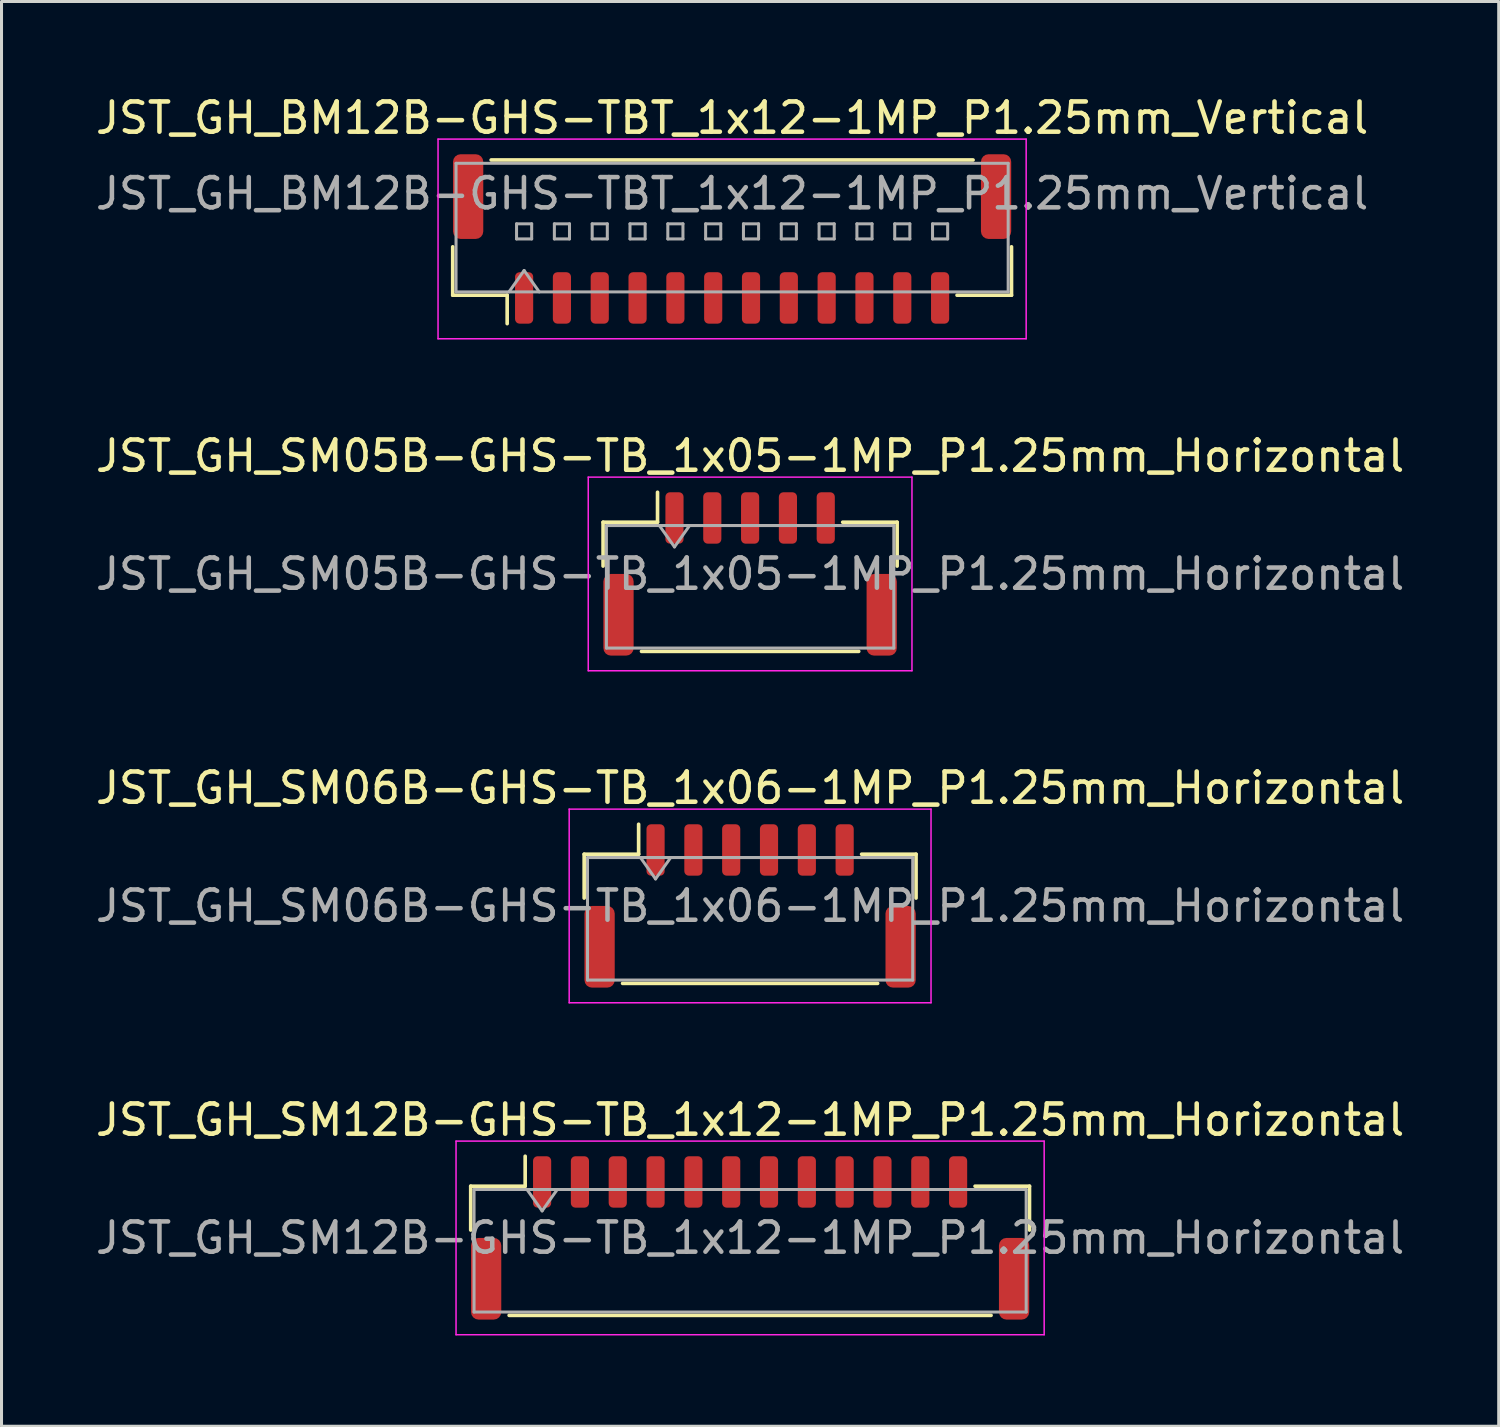
<source format=kicad_pcb>
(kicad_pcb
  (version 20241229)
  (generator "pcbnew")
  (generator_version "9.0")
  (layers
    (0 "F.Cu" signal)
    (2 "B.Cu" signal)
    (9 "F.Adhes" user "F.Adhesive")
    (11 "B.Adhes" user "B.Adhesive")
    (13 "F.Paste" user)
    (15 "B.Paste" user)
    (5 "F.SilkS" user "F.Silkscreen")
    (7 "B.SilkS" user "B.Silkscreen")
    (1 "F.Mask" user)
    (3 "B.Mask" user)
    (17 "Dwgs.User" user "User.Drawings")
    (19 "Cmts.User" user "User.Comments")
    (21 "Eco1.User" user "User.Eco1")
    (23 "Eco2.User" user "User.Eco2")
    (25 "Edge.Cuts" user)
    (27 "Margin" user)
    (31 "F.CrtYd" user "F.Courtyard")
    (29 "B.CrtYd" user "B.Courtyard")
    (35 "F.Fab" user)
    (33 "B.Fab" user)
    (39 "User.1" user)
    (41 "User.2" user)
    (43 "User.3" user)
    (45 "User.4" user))
  (footprint "JST_GH_SM05B-GHS-TB_1x05-1MP_P1.25mm_Horizontal"
    (layer "F.Cu")
    (at 21.744 15.921)
    (property "Reference" "JST_GH_SM05B-GHS-TB_1x05-1MP_P1.25mm_Horizontal" (at 0 -3.9 0) (layer "F.SilkS") (effects (font (size 1 1) (thickness 0.15))))
    (attr smd)
    (fp_line (start -4.86 -1.71) (end -3.06 -1.71) (stroke (width 0.12) (type solid)) (layer "F.SilkS"))
    (fp_line (start -4.86 -0.26) (end -4.86 -1.71) (stroke (width 0.12) (type solid)) (layer "F.SilkS"))
    (fp_line (start -3.59 2.56) (end 3.59 2.56) (stroke (width 0.12) (type solid)) (layer "F.SilkS"))
    (fp_line (start -3.06 -1.71) (end -3.06 -2.7) (stroke (width 0.12) (type solid)) (layer "F.SilkS"))
    (fp_line (start 4.86 -1.71) (end 3.06 -1.71) (stroke (width 0.12) (type solid)) (layer "F.SilkS"))
    (fp_line (start 4.86 -0.26) (end 4.86 -1.71) (stroke (width 0.12) (type solid)) (layer "F.SilkS"))
    (fp_line (start -5.35 -3.2) (end -5.35 3.2) (stroke (width 0.05) (type solid)) (layer "F.CrtYd"))
    (fp_line (start -5.35 3.2) (end 5.35 3.2) (stroke (width 0.05) (type solid)) (layer "F.CrtYd"))
    (fp_line (start 5.35 -3.2) (end -5.35 -3.2) (stroke (width 0.05) (type solid)) (layer "F.CrtYd"))
    (fp_line (start 5.35 3.2) (end 5.35 -3.2) (stroke (width 0.05) (type solid)) (layer "F.CrtYd"))
    (fp_line (start -4.75 -1.6) (end -4.75 2.45) (stroke (width 0.1) (type solid)) (layer "F.Fab"))
    (fp_line (start -4.75 -1.6) (end 4.75 -1.6) (stroke (width 0.1) (type solid)) (layer "F.Fab"))
    (fp_line (start -4.75 2.45) (end 4.75 2.45) (stroke (width 0.1) (type solid)) (layer "F.Fab"))
    (fp_line (start -3 -1.6) (end -2.5 -0.893) (stroke (width 0.1) (type solid)) (layer "F.Fab"))
    (fp_line (start -2.5 -0.893) (end -2 -1.6) (stroke (width 0.1) (type solid)) (layer "F.Fab"))
    (fp_line (start 4.75 -1.6) (end 4.75 2.45) (stroke (width 0.1) (type solid)) (layer "F.Fab"))
    (fp_text user "${REFERENCE}" (at 0 0 0) (layer "F.Fab") (effects (font (size 1 1) (thickness 0.15))))
    (pad "1" smd roundrect (at -2.5 -1.85) (size 0.6 1.7) (layers "F.Cu" "F.Mask" "F.Paste") (roundrect_rratio 0.25))
    (pad "2" smd roundrect (at -1.25 -1.85) (size 0.6 1.7) (layers "F.Cu" "F.Mask" "F.Paste") (roundrect_rratio 0.25))
    (pad "3" smd roundrect (at 0 -1.85) (size 0.6 1.7) (layers "F.Cu" "F.Mask" "F.Paste") (roundrect_rratio 0.25))
    (pad "4" smd roundrect (at 1.25 -1.85) (size 0.6 1.7) (layers "F.Cu" "F.Mask" "F.Paste") (roundrect_rratio 0.25))
    (pad "5" smd roundrect (at 2.5 -1.85) (size 0.6 1.7) (layers "F.Cu" "F.Mask" "F.Paste") (roundrect_rratio 0.25))
    (pad "MP" smd roundrect (at -4.35 1.35) (size 1 2.7) (layers "F.Cu" "F.Mask" "F.Paste") (roundrect_rratio 0.25))
    (pad "MP" smd roundrect (at 4.35 1.35) (size 1 2.7) (layers "F.Cu" "F.Mask" "F.Paste") (roundrect_rratio 0.25)))
  (footprint "JST_GH_SM12B-GHS-TB_1x12-1MP_P1.25mm_Horizontal"
    (layer "F.Cu")
    (at 21.744 37.868)
    (property "Reference" "JST_GH_SM12B-GHS-TB_1x12-1MP_P1.25mm_Horizontal" (at 0 -3.9 0) (layer "F.SilkS") (effects (font (size 1 1) (thickness 0.15))))
    (attr smd)
    (fp_line (start -9.235 -1.71) (end -7.435 -1.71) (stroke (width 0.12) (type solid)) (layer "F.SilkS"))
    (fp_line (start -9.235 -0.26) (end -9.235 -1.71) (stroke (width 0.12) (type solid)) (layer "F.SilkS"))
    (fp_line (start -7.965 2.56) (end 7.965 2.56) (stroke (width 0.12) (type solid)) (layer "F.SilkS"))
    (fp_line (start -7.435 -1.71) (end -7.435 -2.7) (stroke (width 0.12) (type solid)) (layer "F.SilkS"))
    (fp_line (start 9.235 -1.71) (end 7.435 -1.71) (stroke (width 0.12) (type solid)) (layer "F.SilkS"))
    (fp_line (start 9.235 -0.26) (end 9.235 -1.71) (stroke (width 0.12) (type solid)) (layer "F.SilkS"))
    (fp_line (start -9.72 -3.2) (end -9.72 3.2) (stroke (width 0.05) (type solid)) (layer "F.CrtYd"))
    (fp_line (start -9.72 3.2) (end 9.72 3.2) (stroke (width 0.05) (type solid)) (layer "F.CrtYd"))
    (fp_line (start 9.72 -3.2) (end -9.72 -3.2) (stroke (width 0.05) (type solid)) (layer "F.CrtYd"))
    (fp_line (start 9.72 3.2) (end 9.72 -3.2) (stroke (width 0.05) (type solid)) (layer "F.CrtYd"))
    (fp_line (start -9.125 -1.6) (end -9.125 2.45) (stroke (width 0.1) (type solid)) (layer "F.Fab"))
    (fp_line (start -9.125 -1.6) (end 9.125 -1.6) (stroke (width 0.1) (type solid)) (layer "F.Fab"))
    (fp_line (start -9.125 2.45) (end 9.125 2.45) (stroke (width 0.1) (type solid)) (layer "F.Fab"))
    (fp_line (start -7.375 -1.6) (end -6.875 -0.893) (stroke (width 0.1) (type solid)) (layer "F.Fab"))
    (fp_line (start -6.875 -0.893) (end -6.375 -1.6) (stroke (width 0.1) (type solid)) (layer "F.Fab"))
    (fp_line (start 9.125 -1.6) (end 9.125 2.45) (stroke (width 0.1) (type solid)) (layer "F.Fab"))
    (fp_text user "${REFERENCE}" (at 0 0 0) (layer "F.Fab") (effects (font (size 1 1) (thickness 0.15))))
    (pad "1" smd roundrect (at -6.875 -1.85) (size 0.6 1.7) (layers "F.Cu" "F.Mask" "F.Paste") (roundrect_rratio 0.25))
    (pad "2" smd roundrect (at -5.625 -1.85) (size 0.6 1.7) (layers "F.Cu" "F.Mask" "F.Paste") (roundrect_rratio 0.25))
    (pad "3" smd roundrect (at -4.375 -1.85) (size 0.6 1.7) (layers "F.Cu" "F.Mask" "F.Paste") (roundrect_rratio 0.25))
    (pad "4" smd roundrect (at -3.125 -1.85) (size 0.6 1.7) (layers "F.Cu" "F.Mask" "F.Paste") (roundrect_rratio 0.25))
    (pad "5" smd roundrect (at -1.875 -1.85) (size 0.6 1.7) (layers "F.Cu" "F.Mask" "F.Paste") (roundrect_rratio 0.25))
    (pad "6" smd roundrect (at -0.625 -1.85) (size 0.6 1.7) (layers "F.Cu" "F.Mask" "F.Paste") (roundrect_rratio 0.25))
    (pad "7" smd roundrect (at 0.625 -1.85) (size 0.6 1.7) (layers "F.Cu" "F.Mask" "F.Paste") (roundrect_rratio 0.25))
    (pad "8" smd roundrect (at 1.875 -1.85) (size 0.6 1.7) (layers "F.Cu" "F.Mask" "F.Paste") (roundrect_rratio 0.25))
    (pad "9" smd roundrect (at 3.125 -1.85) (size 0.6 1.7) (layers "F.Cu" "F.Mask" "F.Paste") (roundrect_rratio 0.25))
    (pad "10" smd roundrect (at 4.375 -1.85) (size 0.6 1.7) (layers "F.Cu" "F.Mask" "F.Paste") (roundrect_rratio 0.25))
    (pad "11" smd roundrect (at 5.625 -1.85) (size 0.6 1.7) (layers "F.Cu" "F.Mask" "F.Paste") (roundrect_rratio 0.25))
    (pad "12" smd roundrect (at 6.875 -1.85) (size 0.6 1.7) (layers "F.Cu" "F.Mask" "F.Paste") (roundrect_rratio 0.25))
    (pad "MP" smd roundrect (at -8.725 1.35) (size 1 2.7) (layers "F.Cu" "F.Mask" "F.Paste") (roundrect_rratio 0.25))
    (pad "MP" smd roundrect (at 8.725 1.35) (size 1 2.7) (layers "F.Cu" "F.Mask" "F.Paste") (roundrect_rratio 0.25)))
  (footprint "JST_GH_SM06B-GHS-TB_1x06-1MP_P1.25mm_Horizontal"
    (layer "F.Cu")
    (at 21.744 26.895)
    (property "Reference" "JST_GH_SM06B-GHS-TB_1x06-1MP_P1.25mm_Horizontal" (at 0 -3.9 0) (layer "F.SilkS") (effects (font (size 1 1) (thickness 0.15))))
    (attr smd)
    (fp_line (start -5.485 -1.71) (end -3.685 -1.71) (stroke (width 0.12) (type solid)) (layer "F.SilkS"))
    (fp_line (start -5.485 -0.26) (end -5.485 -1.71) (stroke (width 0.12) (type solid)) (layer "F.SilkS"))
    (fp_line (start -4.215 2.56) (end 4.215 2.56) (stroke (width 0.12) (type solid)) (layer "F.SilkS"))
    (fp_line (start -3.685 -1.71) (end -3.685 -2.7) (stroke (width 0.12) (type solid)) (layer "F.SilkS"))
    (fp_line (start 5.485 -1.71) (end 3.685 -1.71) (stroke (width 0.12) (type solid)) (layer "F.SilkS"))
    (fp_line (start 5.485 -0.26) (end 5.485 -1.71) (stroke (width 0.12) (type solid)) (layer "F.SilkS"))
    (fp_line (start -5.98 -3.2) (end -5.98 3.2) (stroke (width 0.05) (type solid)) (layer "F.CrtYd"))
    (fp_line (start -5.98 3.2) (end 5.98 3.2) (stroke (width 0.05) (type solid)) (layer "F.CrtYd"))
    (fp_line (start 5.98 -3.2) (end -5.98 -3.2) (stroke (width 0.05) (type solid)) (layer "F.CrtYd"))
    (fp_line (start 5.98 3.2) (end 5.98 -3.2) (stroke (width 0.05) (type solid)) (layer "F.CrtYd"))
    (fp_line (start -5.375 -1.6) (end -5.375 2.45) (stroke (width 0.1) (type solid)) (layer "F.Fab"))
    (fp_line (start -5.375 -1.6) (end 5.375 -1.6) (stroke (width 0.1) (type solid)) (layer "F.Fab"))
    (fp_line (start -5.375 2.45) (end 5.375 2.45) (stroke (width 0.1) (type solid)) (layer "F.Fab"))
    (fp_line (start -3.625 -1.6) (end -3.125 -0.893) (stroke (width 0.1) (type solid)) (layer "F.Fab"))
    (fp_line (start -3.125 -0.893) (end -2.625 -1.6) (stroke (width 0.1) (type solid)) (layer "F.Fab"))
    (fp_line (start 5.375 -1.6) (end 5.375 2.45) (stroke (width 0.1) (type solid)) (layer "F.Fab"))
    (fp_text user "${REFERENCE}" (at 0 0 0) (layer "F.Fab") (effects (font (size 1 1) (thickness 0.15))))
    (pad "1" smd roundrect (at -3.125 -1.85) (size 0.6 1.7) (layers "F.Cu" "F.Mask" "F.Paste") (roundrect_rratio 0.25))
    (pad "2" smd roundrect (at -1.875 -1.85) (size 0.6 1.7) (layers "F.Cu" "F.Mask" "F.Paste") (roundrect_rratio 0.25))
    (pad "3" smd roundrect (at -0.625 -1.85) (size 0.6 1.7) (layers "F.Cu" "F.Mask" "F.Paste") (roundrect_rratio 0.25))
    (pad "4" smd roundrect (at 0.625 -1.85) (size 0.6 1.7) (layers "F.Cu" "F.Mask" "F.Paste") (roundrect_rratio 0.25))
    (pad "5" smd roundrect (at 1.875 -1.85) (size 0.6 1.7) (layers "F.Cu" "F.Mask" "F.Paste") (roundrect_rratio 0.25))
    (pad "6" smd roundrect (at 3.125 -1.85) (size 0.6 1.7) (layers "F.Cu" "F.Mask" "F.Paste") (roundrect_rratio 0.25))
    (pad "MP" smd roundrect (at -4.975 1.35) (size 1 2.7) (layers "F.Cu" "F.Mask" "F.Paste") (roundrect_rratio 0.25))
    (pad "MP" smd roundrect (at 4.975 1.35) (size 1 2.7) (layers "F.Cu" "F.Mask" "F.Paste") (roundrect_rratio 0.25)))
  (footprint "JST_GH_BM12B-GHS-TBT_1x12-1MP_P1.25mm_Vertical"
    (layer "F.Cu")
    (at 21.149 4.848)
    (property "Reference" "JST_GH_BM12B-GHS-TBT_1x12-1MP_P1.25mm_Vertical" (at 0 -4 0) (layer "F.SilkS") (effects (font (size 1 1) (thickness 0.15))))
    (attr smd)
    (fp_line (start -9.235 0.26) (end -9.235 1.86) (stroke (width 0.12) (type solid)) (layer "F.SilkS"))
    (fp_line (start -9.235 1.86) (end -7.435 1.86) (stroke (width 0.12) (type solid)) (layer "F.SilkS"))
    (fp_line (start -7.965 -2.61) (end 7.965 -2.61) (stroke (width 0.12) (type solid)) (layer "F.SilkS"))
    (fp_line (start -7.435 1.86) (end -7.435 2.8) (stroke (width 0.12) (type solid)) (layer "F.SilkS"))
    (fp_line (start 9.235 0.26) (end 9.235 1.86) (stroke (width 0.12) (type solid)) (layer "F.SilkS"))
    (fp_line (start 9.235 1.86) (end 7.435 1.86) (stroke (width 0.12) (type solid)) (layer "F.SilkS"))
    (fp_line (start -9.72 -3.3) (end -9.72 3.3) (stroke (width 0.05) (type solid)) (layer "F.CrtYd"))
    (fp_line (start -9.72 3.3) (end 9.72 3.3) (stroke (width 0.05) (type solid)) (layer "F.CrtYd"))
    (fp_line (start 9.72 -3.3) (end -9.72 -3.3) (stroke (width 0.05) (type solid)) (layer "F.CrtYd"))
    (fp_line (start 9.72 3.3) (end 9.72 -3.3) (stroke (width 0.05) (type solid)) (layer "F.CrtYd"))
    (fp_line (start -9.125 -2.5) (end 9.125 -2.5) (stroke (width 0.1) (type solid)) (layer "F.Fab"))
    (fp_line (start -9.125 1.75) (end -9.125 -2.5) (stroke (width 0.1) (type solid)) (layer "F.Fab"))
    (fp_line (start -9.125 1.75) (end 9.125 1.75) (stroke (width 0.1) (type solid)) (layer "F.Fab"))
    (fp_line (start -7.375 1.75) (end -6.875 1.043) (stroke (width 0.1) (type solid)) (layer "F.Fab"))
    (fp_line (start -7.125 -0.5) (end -7.125 0) (stroke (width 0.1) (type solid)) (layer "F.Fab"))
    (fp_line (start -7.125 0) (end -6.625 0) (stroke (width 0.1) (type solid)) (layer "F.Fab"))
    (fp_line (start -6.875 1.043) (end -6.375 1.75) (stroke (width 0.1) (type solid)) (layer "F.Fab"))
    (fp_line (start -6.625 -0.5) (end -7.125 -0.5) (stroke (width 0.1) (type solid)) (layer "F.Fab"))
    (fp_line (start -6.625 0) (end -6.625 -0.5) (stroke (width 0.1) (type solid)) (layer "F.Fab"))
    (fp_line (start -5.875 -0.5) (end -5.875 0) (stroke (width 0.1) (type solid)) (layer "F.Fab"))
    (fp_line (start -5.875 0) (end -5.375 0) (stroke (width 0.1) (type solid)) (layer "F.Fab"))
    (fp_line (start -5.375 -0.5) (end -5.875 -0.5) (stroke (width 0.1) (type solid)) (layer "F.Fab"))
    (fp_line (start -5.375 0) (end -5.375 -0.5) (stroke (width 0.1) (type solid)) (layer "F.Fab"))
    (fp_line (start -4.625 -0.5) (end -4.625 0) (stroke (width 0.1) (type solid)) (layer "F.Fab"))
    (fp_line (start -4.625 0) (end -4.125 0) (stroke (width 0.1) (type solid)) (layer "F.Fab"))
    (fp_line (start -4.125 -0.5) (end -4.625 -0.5) (stroke (width 0.1) (type solid)) (layer "F.Fab"))
    (fp_line (start -4.125 0) (end -4.125 -0.5) (stroke (width 0.1) (type solid)) (layer "F.Fab"))
    (fp_line (start -3.375 -0.5) (end -3.375 0) (stroke (width 0.1) (type solid)) (layer "F.Fab"))
    (fp_line (start -3.375 0) (end -2.875 0) (stroke (width 0.1) (type solid)) (layer "F.Fab"))
    (fp_line (start -2.875 -0.5) (end -3.375 -0.5) (stroke (width 0.1) (type solid)) (layer "F.Fab"))
    (fp_line (start -2.875 0) (end -2.875 -0.5) (stroke (width 0.1) (type solid)) (layer "F.Fab"))
    (fp_line (start -2.125 -0.5) (end -2.125 0) (stroke (width 0.1) (type solid)) (layer "F.Fab"))
    (fp_line (start -2.125 0) (end -1.625 0) (stroke (width 0.1) (type solid)) (layer "F.Fab"))
    (fp_line (start -1.625 -0.5) (end -2.125 -0.5) (stroke (width 0.1) (type solid)) (layer "F.Fab"))
    (fp_line (start -1.625 0) (end -1.625 -0.5) (stroke (width 0.1) (type solid)) (layer "F.Fab"))
    (fp_line (start -0.875 -0.5) (end -0.875 0) (stroke (width 0.1) (type solid)) (layer "F.Fab"))
    (fp_line (start -0.875 0) (end -0.375 0) (stroke (width 0.1) (type solid)) (layer "F.Fab"))
    (fp_line (start -0.375 -0.5) (end -0.875 -0.5) (stroke (width 0.1) (type solid)) (layer "F.Fab"))
    (fp_line (start -0.375 0) (end -0.375 -0.5) (stroke (width 0.1) (type solid)) (layer "F.Fab"))
    (fp_line (start 0.375 -0.5) (end 0.375 0) (stroke (width 0.1) (type solid)) (layer "F.Fab"))
    (fp_line (start 0.375 0) (end 0.875 0) (stroke (width 0.1) (type solid)) (layer "F.Fab"))
    (fp_line (start 0.875 -0.5) (end 0.375 -0.5) (stroke (width 0.1) (type solid)) (layer "F.Fab"))
    (fp_line (start 0.875 0) (end 0.875 -0.5) (stroke (width 0.1) (type solid)) (layer "F.Fab"))
    (fp_line (start 1.625 -0.5) (end 1.625 0) (stroke (width 0.1) (type solid)) (layer "F.Fab"))
    (fp_line (start 1.625 0) (end 2.125 0) (stroke (width 0.1) (type solid)) (layer "F.Fab"))
    (fp_line (start 2.125 -0.5) (end 1.625 -0.5) (stroke (width 0.1) (type solid)) (layer "F.Fab"))
    (fp_line (start 2.125 0) (end 2.125 -0.5) (stroke (width 0.1) (type solid)) (layer "F.Fab"))
    (fp_line (start 2.875 -0.5) (end 2.875 0) (stroke (width 0.1) (type solid)) (layer "F.Fab"))
    (fp_line (start 2.875 0) (end 3.375 0) (stroke (width 0.1) (type solid)) (layer "F.Fab"))
    (fp_line (start 3.375 -0.5) (end 2.875 -0.5) (stroke (width 0.1) (type solid)) (layer "F.Fab"))
    (fp_line (start 3.375 0) (end 3.375 -0.5) (stroke (width 0.1) (type solid)) (layer "F.Fab"))
    (fp_line (start 4.125 -0.5) (end 4.125 0) (stroke (width 0.1) (type solid)) (layer "F.Fab"))
    (fp_line (start 4.125 0) (end 4.625 0) (stroke (width 0.1) (type solid)) (layer "F.Fab"))
    (fp_line (start 4.625 -0.5) (end 4.125 -0.5) (stroke (width 0.1) (type solid)) (layer "F.Fab"))
    (fp_line (start 4.625 0) (end 4.625 -0.5) (stroke (width 0.1) (type solid)) (layer "F.Fab"))
    (fp_line (start 5.375 -0.5) (end 5.375 0) (stroke (width 0.1) (type solid)) (layer "F.Fab"))
    (fp_line (start 5.375 0) (end 5.875 0) (stroke (width 0.1) (type solid)) (layer "F.Fab"))
    (fp_line (start 5.875 -0.5) (end 5.375 -0.5) (stroke (width 0.1) (type solid)) (layer "F.Fab"))
    (fp_line (start 5.875 0) (end 5.875 -0.5) (stroke (width 0.1) (type solid)) (layer "F.Fab"))
    (fp_line (start 6.625 -0.5) (end 6.625 0) (stroke (width 0.1) (type solid)) (layer "F.Fab"))
    (fp_line (start 6.625 0) (end 7.125 0) (stroke (width 0.1) (type solid)) (layer "F.Fab"))
    (fp_line (start 7.125 -0.5) (end 6.625 -0.5) (stroke (width 0.1) (type solid)) (layer "F.Fab"))
    (fp_line (start 7.125 0) (end 7.125 -0.5) (stroke (width 0.1) (type solid)) (layer "F.Fab"))
    (fp_line (start 9.125 1.75) (end 9.125 -2.5) (stroke (width 0.1) (type solid)) (layer "F.Fab"))
    (fp_text user "${REFERENCE}" (at 0 -1.5 0) (layer "F.Fab") (effects (font (size 1 1) (thickness 0.15))))
    (pad "1" smd roundrect (at -6.875 1.95) (size 0.6 1.7) (layers "F.Cu" "F.Mask" "F.Paste") (roundrect_rratio 0.25))
    (pad "2" smd roundrect (at -5.625 1.95) (size 0.6 1.7) (layers "F.Cu" "F.Mask" "F.Paste") (roundrect_rratio 0.25))
    (pad "3" smd roundrect (at -4.375 1.95) (size 0.6 1.7) (layers "F.Cu" "F.Mask" "F.Paste") (roundrect_rratio 0.25))
    (pad "4" smd roundrect (at -3.125 1.95) (size 0.6 1.7) (layers "F.Cu" "F.Mask" "F.Paste") (roundrect_rratio 0.25))
    (pad "5" smd roundrect (at -1.875 1.95) (size 0.6 1.7) (layers "F.Cu" "F.Mask" "F.Paste") (roundrect_rratio 0.25))
    (pad "6" smd roundrect (at -0.625 1.95) (size 0.6 1.7) (layers "F.Cu" "F.Mask" "F.Paste") (roundrect_rratio 0.25))
    (pad "7" smd roundrect (at 0.625 1.95) (size 0.6 1.7) (layers "F.Cu" "F.Mask" "F.Paste") (roundrect_rratio 0.25))
    (pad "8" smd roundrect (at 1.875 1.95) (size 0.6 1.7) (layers "F.Cu" "F.Mask" "F.Paste") (roundrect_rratio 0.25))
    (pad "9" smd roundrect (at 3.125 1.95) (size 0.6 1.7) (layers "F.Cu" "F.Mask" "F.Paste") (roundrect_rratio 0.25))
    (pad "10" smd roundrect (at 4.375 1.95) (size 0.6 1.7) (layers "F.Cu" "F.Mask" "F.Paste") (roundrect_rratio 0.25))
    (pad "11" smd roundrect (at 5.625 1.95) (size 0.6 1.7) (layers "F.Cu" "F.Mask" "F.Paste") (roundrect_rratio 0.25))
    (pad "12" smd roundrect (at 6.875 1.95) (size 0.6 1.7) (layers "F.Cu" "F.Mask" "F.Paste") (roundrect_rratio 0.25))
    (pad "MP" smd roundrect (at -8.725 -1.4) (size 1 2.8) (layers "F.Cu" "F.Mask" "F.Paste") (roundrect_rratio 0.25))
    (pad "MP" smd roundrect (at 8.725 -1.4) (size 1 2.8) (layers "F.Cu" "F.Mask" "F.Paste") (roundrect_rratio 0.25)))
  (gr_rect
    (start -3 -3)
    (end 46.488 44.093)
    (stroke (width 0.1) (type default))
    (fill no)
    (layer "Edge.Cuts")))
</source>
